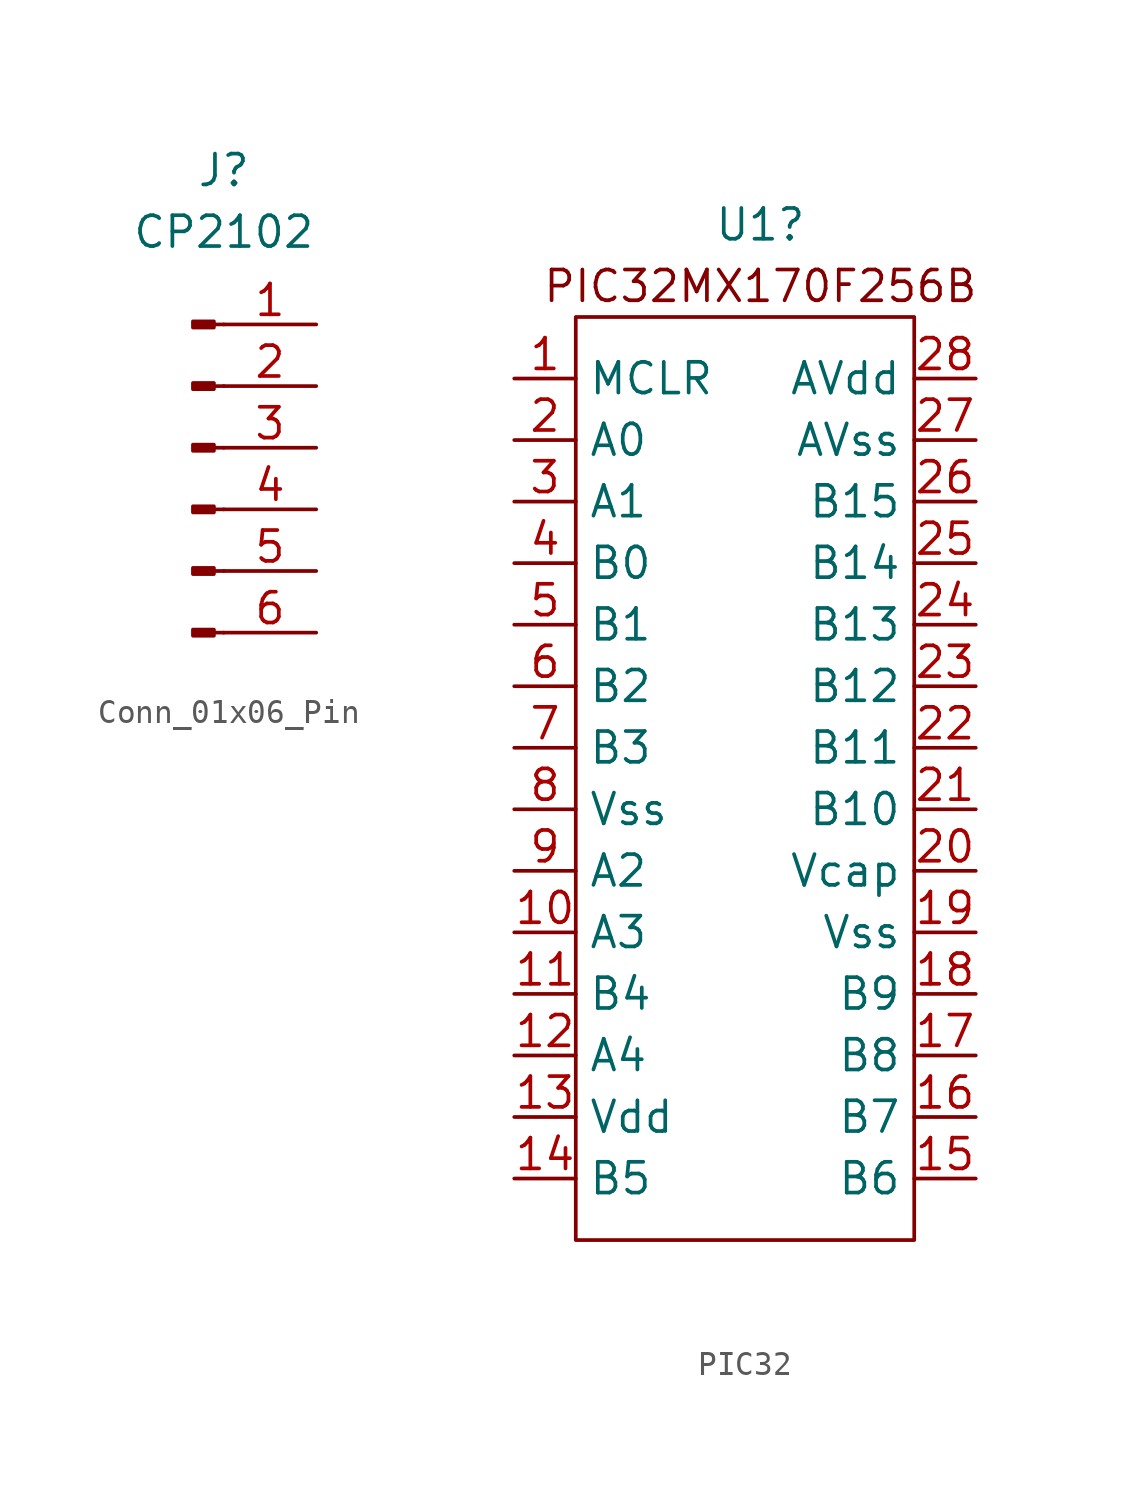
<source format=kicad_sym>
(kicad_symbol_lib
  (version 20220914)
  (generator kicad_symbol_editor)
  (symbol "Conn_01x06_Pin"
    (pin_names
      (offset 1.016) hide)
    (property "Reference" "J"
      (at 1.27 11.43 0)
      (effects (font (size 1.27 1.27))))
    (property "Value" "CP2102"
      (at 1.27 8.89 0)
      (effects (font (size 1.27 1.27))))
    (property "ki_locked" ""
      (at 0 0 0)
      (effects (font (size 1.27 1.27))))
    (symbol "Conn_01x06_Pin_1_1"
      (polyline (pts (xy 1.27 -7.62) (xy 0.864 -7.62)) (stroke (width 0.152) (type default)) (fill (type none)))
      (polyline (pts (xy 1.27 -5.08) (xy 0.864 -5.08)) (stroke (width 0.152) (type default)) (fill (type none)))
      (polyline (pts (xy 1.27 -2.54) (xy 0.864 -2.54)) (stroke (width 0.152) (type default)) (fill (type none)))
      (polyline (pts (xy 1.27 0) (xy 0.864 0)) (stroke (width 0.152) (type default)) (fill (type none)))
      (polyline (pts (xy 1.27 2.54) (xy 0.864 2.54)) (stroke (width 0.152) (type default)) (fill (type none)))
      (polyline (pts (xy 1.27 5.08) (xy 0.864 5.08)) (stroke (width 0.152) (type default)) (fill (type none)))
      (rectangle (start 0.864 -7.493) (end 0 -7.747) (stroke (width 0.152) (type default)) (fill (type outline)))
      (rectangle (start 0.864 -4.953) (end 0 -5.207) (stroke (width 0.152) (type default)) (fill (type outline)))
      (rectangle (start 0.864 -2.413) (end 0 -2.667) (stroke (width 0.152) (type default)) (fill (type outline)))
      (rectangle (start 0.864 0.127) (end 0 -0.127) (stroke (width 0.152) (type default)) (fill (type outline)))
      (rectangle (start 0.864 2.667) (end 0 2.413) (stroke (width 0.152) (type default)) (fill (type outline)))
      (rectangle (start 0.864 5.207) (end 0 4.953) (stroke (width 0.152) (type default)) (fill (type outline)))
      (pin passive line (at 5.08 5.08 180) (length 3.81) (name "Pin_1" (effects (font (size 1.27 1.27)))) (number "1" (effects (font (size 1.27 1.27)))))
      (pin passive line (at 5.08 2.54 180) (length 3.81) (name "Pin_2" (effects (font (size 1.27 1.27)))) (number "2" (effects (font (size 1.27 1.27)))))
      (pin passive line (at 5.08 0 180) (length 3.81) (name "Pin_3" (effects (font (size 1.27 1.27)))) (number "3" (effects (font (size 1.27 1.27)))))
      (pin passive line (at 5.08 -2.54 180) (length 3.81) (name "Pin_4" (effects (font (size 1.27 1.27)))) (number "4" (effects (font (size 1.27 1.27)))))
      (pin passive line (at 5.08 -5.08 180) (length 3.81) (name "Pin_5" (effects (font (size 1.27 1.27)))) (number "5" (effects (font (size 1.27 1.27)))))
      (pin passive line (at 5.08 -7.62 180) (length 3.81) (name "Pin_6" (effects (font (size 1.27 1.27)))) (number "6" (effects (font (size 1.27 1.27)))))))
  (symbol "PIC32"
    (property "Reference" "U1"
      (at 1.27 21.59 0)
      (effects (font (size 1.27 1.27))))
    (property "Value" ""
      (at -3.81 11.43 0)
      (effects (font (size 1.27 1.27))))
    (symbol "PIC32_1_1"
      (rectangle (start -6.35 17.78) (end 7.62 -20.32) (stroke (width 0) (type default)) (fill (type none)))
      (text "PIC32MX170F256B" (at 1.27 19.05 0) (effects (font (size 1.27 1.27))))
      (pin input line (at -8.89 15.24 0) (length 2.54) (name "MCLR" (effects (font (size 1.27 1.27)))) (number "1" (effects (font (size 1.27 1.27)))))
      (pin input line (at -8.89 -7.62 0) (length 2.54) (name "A3" (effects (font (size 1.27 1.27)))) (number "10" (effects (font (size 1.27 1.27)))))
      (pin input line (at -8.89 -10.16 0) (length 2.54) (name "B4" (effects (font (size 1.27 1.27)))) (number "11" (effects (font (size 1.27 1.27)))))
      (pin input line (at -8.89 -12.7 0) (length 2.54) (name "A4" (effects (font (size 1.27 1.27)))) (number "12" (effects (font (size 1.27 1.27)))))
      (pin input line (at -8.89 -15.24 0) (length 2.54) (name "Vdd" (effects (font (size 1.27 1.27)))) (number "13" (effects (font (size 1.27 1.27)))))
      (pin input line (at -8.89 -17.78 0) (length 2.54) (name "B5" (effects (font (size 1.27 1.27)))) (number "14" (effects (font (size 1.27 1.27)))))
      (pin input line (at 10.16 -17.78 180) (length 2.54) (name "B6" (effects (font (size 1.27 1.27)))) (number "15" (effects (font (size 1.27 1.27)))))
      (pin input line (at 10.16 -15.24 180) (length 2.54) (name "B7" (effects (font (size 1.27 1.27)))) (number "16" (effects (font (size 1.27 1.27)))))
      (pin input line (at 10.16 -12.7 180) (length 2.54) (name "B8" (effects (font (size 1.27 1.27)))) (number "17" (effects (font (size 1.27 1.27)))))
      (pin input line (at 10.16 -10.16 180) (length 2.54) (name "B9" (effects (font (size 1.27 1.27)))) (number "18" (effects (font (size 1.27 1.27)))))
      (pin input line (at 10.16 -7.62 180) (length 2.54) (name "Vss" (effects (font (size 1.27 1.27)))) (number "19" (effects (font (size 1.27 1.27)))))
      (pin input line (at -8.89 12.7 0) (length 2.54) (name "A0" (effects (font (size 1.27 1.27)))) (number "2" (effects (font (size 1.27 1.27)))))
      (pin input line (at 10.16 -5.08 180) (length 2.54) (name "Vcap" (effects (font (size 1.27 1.27)))) (number "20" (effects (font (size 1.27 1.27)))))
      (pin input line (at 10.16 -2.54 180) (length 2.54) (name "B10" (effects (font (size 1.27 1.27)))) (number "21" (effects (font (size 1.27 1.27)))))
      (pin input line (at 10.16 0 180) (length 2.54) (name "B11" (effects (font (size 1.27 1.27)))) (number "22" (effects (font (size 1.27 1.27)))))
      (pin input line (at 10.16 2.54 180) (length 2.54) (name "B12" (effects (font (size 1.27 1.27)))) (number "23" (effects (font (size 1.27 1.27)))))
      (pin input line (at 10.16 5.08 180) (length 2.54) (name "B13" (effects (font (size 1.27 1.27)))) (number "24" (effects (font (size 1.27 1.27)))))
      (pin input line (at 10.16 7.62 180) (length 2.54) (name "B14" (effects (font (size 1.27 1.27)))) (number "25" (effects (font (size 1.27 1.27)))))
      (pin input line (at 10.16 10.16 180) (length 2.54) (name "B15" (effects (font (size 1.27 1.27)))) (number "26" (effects (font (size 1.27 1.27)))))
      (pin input line (at 10.16 12.7 180) (length 2.54) (name "AVss" (effects (font (size 1.27 1.27)))) (number "27" (effects (font (size 1.27 1.27)))))
      (pin input line (at 10.16 15.24 180) (length 2.54) (name "AVdd" (effects (font (size 1.27 1.27)))) (number "28" (effects (font (size 1.27 1.27)))))
      (pin input line (at -8.89 10.16 0) (length 2.54) (name "A1" (effects (font (size 1.27 1.27)))) (number "3" (effects (font (size 1.27 1.27)))))
      (pin input line (at -8.89 7.62 0) (length 2.54) (name "B0" (effects (font (size 1.27 1.27)))) (number "4" (effects (font (size 1.27 1.27)))))
      (pin input line (at -8.89 5.08 0) (length 2.54) (name "B1" (effects (font (size 1.27 1.27)))) (number "5" (effects (font (size 1.27 1.27)))))
      (pin input line (at -8.89 2.54 0) (length 2.54) (name "B2" (effects (font (size 1.27 1.27)))) (number "6" (effects (font (size 1.27 1.27)))))
      (pin input line (at -8.89 0 0) (length 2.54) (name "B3" (effects (font (size 1.27 1.27)))) (number "7" (effects (font (size 1.27 1.27)))))
      (pin input line (at -8.89 -2.54 0) (length 2.54) (name "Vss" (effects (font (size 1.27 1.27)))) (number "8" (effects (font (size 1.27 1.27)))))
      (pin input line (at -8.89 -5.08 0) (length 2.54) (name "A2" (effects (font (size 1.27 1.27)))) (number "9" (effects (font (size 1.27 1.27))))))))
</source>
